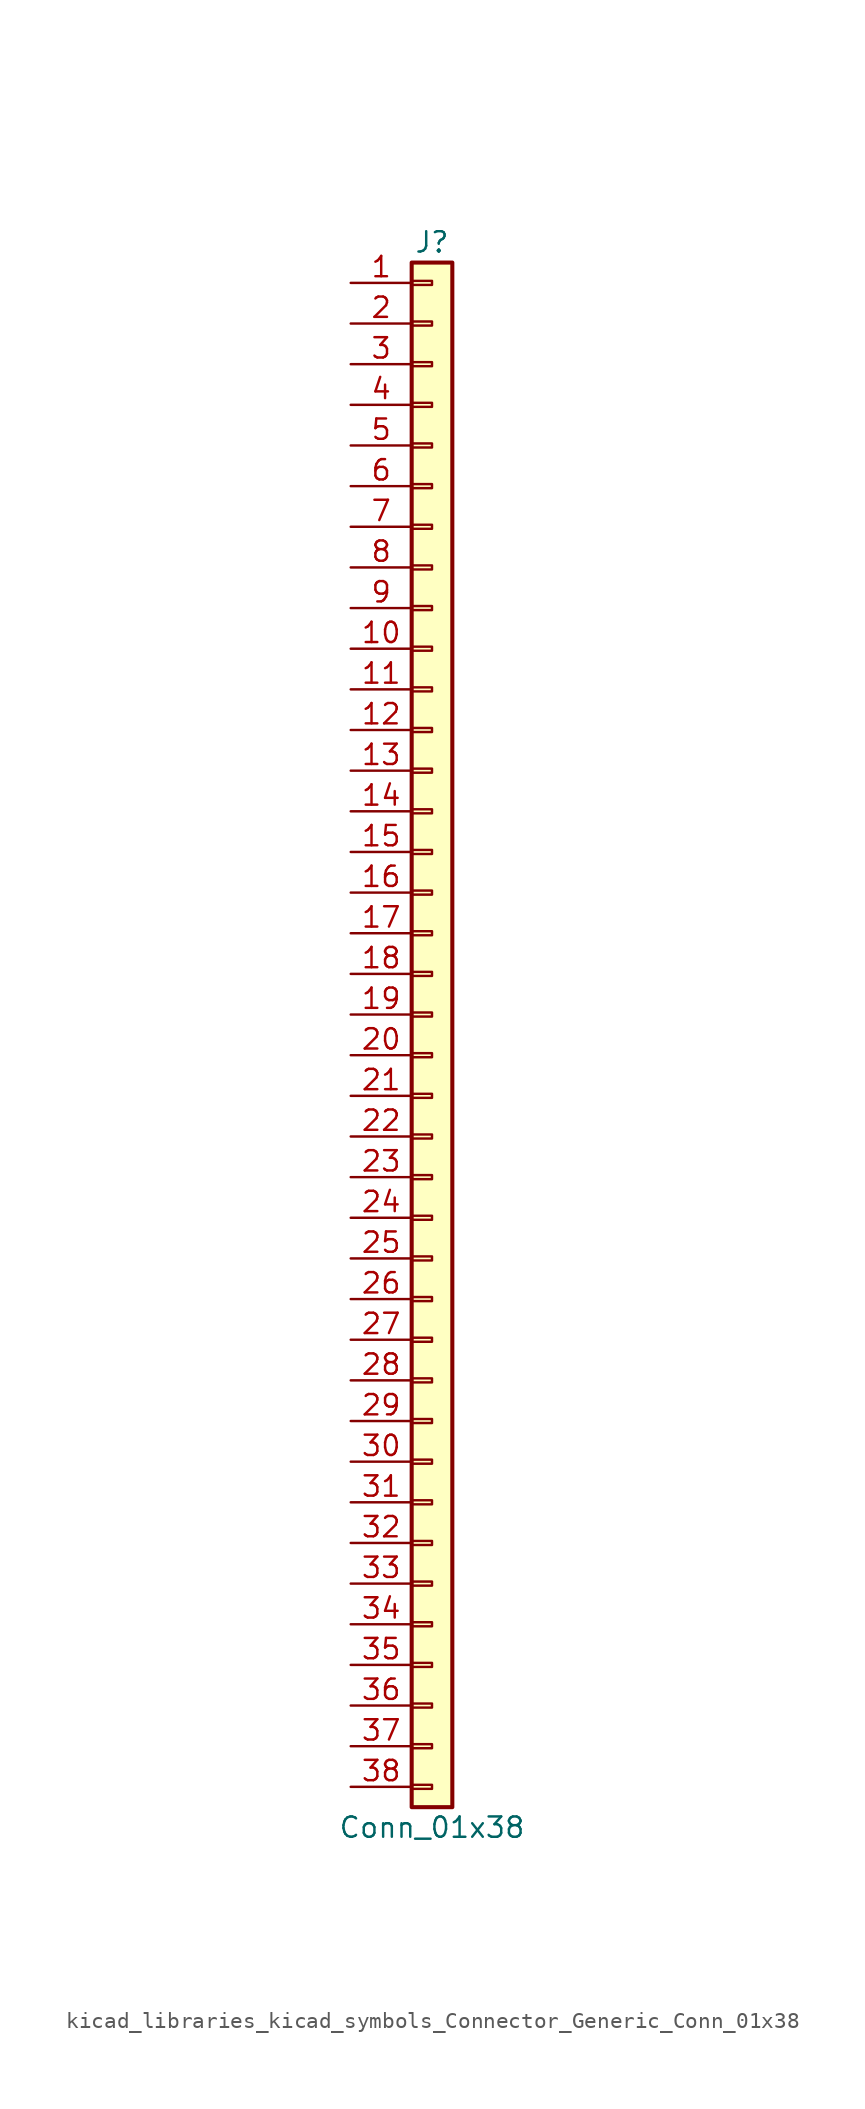
<source format=kicad_sym>
(kicad_symbol_lib
  (version 20220914)
  (generator kicad_symbol_editor)
  (symbol "kicad_libraries_kicad_symbols_Connector_Generic_Conn_01x38"
    (pin_names
      (offset 1.016) hide)
    (property "Reference" "J"
      (at 0 48.26 0)
      (effects (font (size 1.27 1.27))))
    (property "Value" "Conn_01x38"
      (at 0 -50.8 0)
      (effects (font (size 1.27 1.27))))
    (symbol "kicad_libraries_kicad_symbols_Connector_Generic_Conn_01x38_1_1"
      (rectangle (start -1.27 -48.133) (end 0 -48.387) (stroke (width 0.152) (type default)) (fill (type none)))
      (rectangle (start -1.27 -45.593) (end 0 -45.847) (stroke (width 0.152) (type default)) (fill (type none)))
      (rectangle (start -1.27 -43.053) (end 0 -43.307) (stroke (width 0.152) (type default)) (fill (type none)))
      (rectangle (start -1.27 -40.513) (end 0 -40.767) (stroke (width 0.152) (type default)) (fill (type none)))
      (rectangle (start -1.27 -37.973) (end 0 -38.227) (stroke (width 0.152) (type default)) (fill (type none)))
      (rectangle (start -1.27 -35.433) (end 0 -35.687) (stroke (width 0.152) (type default)) (fill (type none)))
      (rectangle (start -1.27 -32.893) (end 0 -33.147) (stroke (width 0.152) (type default)) (fill (type none)))
      (rectangle (start -1.27 -30.353) (end 0 -30.607) (stroke (width 0.152) (type default)) (fill (type none)))
      (rectangle (start -1.27 -27.813) (end 0 -28.067) (stroke (width 0.152) (type default)) (fill (type none)))
      (rectangle (start -1.27 -25.273) (end 0 -25.527) (stroke (width 0.152) (type default)) (fill (type none)))
      (rectangle (start -1.27 -22.733) (end 0 -22.987) (stroke (width 0.152) (type default)) (fill (type none)))
      (rectangle (start -1.27 -20.193) (end 0 -20.447) (stroke (width 0.152) (type default)) (fill (type none)))
      (rectangle (start -1.27 -17.653) (end 0 -17.907) (stroke (width 0.152) (type default)) (fill (type none)))
      (rectangle (start -1.27 -15.113) (end 0 -15.367) (stroke (width 0.152) (type default)) (fill (type none)))
      (rectangle (start -1.27 -12.573) (end 0 -12.827) (stroke (width 0.152) (type default)) (fill (type none)))
      (rectangle (start -1.27 -10.033) (end 0 -10.287) (stroke (width 0.152) (type default)) (fill (type none)))
      (rectangle (start -1.27 -7.493) (end 0 -7.747) (stroke (width 0.152) (type default)) (fill (type none)))
      (rectangle (start -1.27 -4.953) (end 0 -5.207) (stroke (width 0.152) (type default)) (fill (type none)))
      (rectangle (start -1.27 -2.413) (end 0 -2.667) (stroke (width 0.152) (type default)) (fill (type none)))
      (rectangle (start -1.27 0.127) (end 0 -0.127) (stroke (width 0.152) (type default)) (fill (type none)))
      (rectangle (start -1.27 2.667) (end 0 2.413) (stroke (width 0.152) (type default)) (fill (type none)))
      (rectangle (start -1.27 5.207) (end 0 4.953) (stroke (width 0.152) (type default)) (fill (type none)))
      (rectangle (start -1.27 7.747) (end 0 7.493) (stroke (width 0.152) (type default)) (fill (type none)))
      (rectangle (start -1.27 10.287) (end 0 10.033) (stroke (width 0.152) (type default)) (fill (type none)))
      (rectangle (start -1.27 12.827) (end 0 12.573) (stroke (width 0.152) (type default)) (fill (type none)))
      (rectangle (start -1.27 15.367) (end 0 15.113) (stroke (width 0.152) (type default)) (fill (type none)))
      (rectangle (start -1.27 17.907) (end 0 17.653) (stroke (width 0.152) (type default)) (fill (type none)))
      (rectangle (start -1.27 20.447) (end 0 20.193) (stroke (width 0.152) (type default)) (fill (type none)))
      (rectangle (start -1.27 22.987) (end 0 22.733) (stroke (width 0.152) (type default)) (fill (type none)))
      (rectangle (start -1.27 25.527) (end 0 25.273) (stroke (width 0.152) (type default)) (fill (type none)))
      (rectangle (start -1.27 28.067) (end 0 27.813) (stroke (width 0.152) (type default)) (fill (type none)))
      (rectangle (start -1.27 30.607) (end 0 30.353) (stroke (width 0.152) (type default)) (fill (type none)))
      (rectangle (start -1.27 33.147) (end 0 32.893) (stroke (width 0.152) (type default)) (fill (type none)))
      (rectangle (start -1.27 35.687) (end 0 35.433) (stroke (width 0.152) (type default)) (fill (type none)))
      (rectangle (start -1.27 38.227) (end 0 37.973) (stroke (width 0.152) (type default)) (fill (type none)))
      (rectangle (start -1.27 40.767) (end 0 40.513) (stroke (width 0.152) (type default)) (fill (type none)))
      (rectangle (start -1.27 43.307) (end 0 43.053) (stroke (width 0.152) (type default)) (fill (type none)))
      (rectangle (start -1.27 45.847) (end 0 45.593) (stroke (width 0.152) (type default)) (fill (type none)))
      (rectangle (start -1.27 46.99) (end 1.27 -49.53) (stroke (width 0.254) (type default)) (fill (type background)))
      (pin passive line (at -5.08 45.72 0) (length 3.81) (name "Pin_1" (effects (font (size 1.27 1.27)))) (number "1" (effects (font (size 1.27 1.27)))))
      (pin passive line (at -5.08 22.86 0) (length 3.81) (name "Pin_10" (effects (font (size 1.27 1.27)))) (number "10" (effects (font (size 1.27 1.27)))))
      (pin passive line (at -5.08 20.32 0) (length 3.81) (name "Pin_11" (effects (font (size 1.27 1.27)))) (number "11" (effects (font (size 1.27 1.27)))))
      (pin passive line (at -5.08 17.78 0) (length 3.81) (name "Pin_12" (effects (font (size 1.27 1.27)))) (number "12" (effects (font (size 1.27 1.27)))))
      (pin passive line (at -5.08 15.24 0) (length 3.81) (name "Pin_13" (effects (font (size 1.27 1.27)))) (number "13" (effects (font (size 1.27 1.27)))))
      (pin passive line (at -5.08 12.7 0) (length 3.81) (name "Pin_14" (effects (font (size 1.27 1.27)))) (number "14" (effects (font (size 1.27 1.27)))))
      (pin passive line (at -5.08 10.16 0) (length 3.81) (name "Pin_15" (effects (font (size 1.27 1.27)))) (number "15" (effects (font (size 1.27 1.27)))))
      (pin passive line (at -5.08 7.62 0) (length 3.81) (name "Pin_16" (effects (font (size 1.27 1.27)))) (number "16" (effects (font (size 1.27 1.27)))))
      (pin passive line (at -5.08 5.08 0) (length 3.81) (name "Pin_17" (effects (font (size 1.27 1.27)))) (number "17" (effects (font (size 1.27 1.27)))))
      (pin passive line (at -5.08 2.54 0) (length 3.81) (name "Pin_18" (effects (font (size 1.27 1.27)))) (number "18" (effects (font (size 1.27 1.27)))))
      (pin passive line (at -5.08 0 0) (length 3.81) (name "Pin_19" (effects (font (size 1.27 1.27)))) (number "19" (effects (font (size 1.27 1.27)))))
      (pin passive line (at -5.08 43.18 0) (length 3.81) (name "Pin_2" (effects (font (size 1.27 1.27)))) (number "2" (effects (font (size 1.27 1.27)))))
      (pin passive line (at -5.08 -2.54 0) (length 3.81) (name "Pin_20" (effects (font (size 1.27 1.27)))) (number "20" (effects (font (size 1.27 1.27)))))
      (pin passive line (at -5.08 -5.08 0) (length 3.81) (name "Pin_21" (effects (font (size 1.27 1.27)))) (number "21" (effects (font (size 1.27 1.27)))))
      (pin passive line (at -5.08 -7.62 0) (length 3.81) (name "Pin_22" (effects (font (size 1.27 1.27)))) (number "22" (effects (font (size 1.27 1.27)))))
      (pin passive line (at -5.08 -10.16 0) (length 3.81) (name "Pin_23" (effects (font (size 1.27 1.27)))) (number "23" (effects (font (size 1.27 1.27)))))
      (pin passive line (at -5.08 -12.7 0) (length 3.81) (name "Pin_24" (effects (font (size 1.27 1.27)))) (number "24" (effects (font (size 1.27 1.27)))))
      (pin passive line (at -5.08 -15.24 0) (length 3.81) (name "Pin_25" (effects (font (size 1.27 1.27)))) (number "25" (effects (font (size 1.27 1.27)))))
      (pin passive line (at -5.08 -17.78 0) (length 3.81) (name "Pin_26" (effects (font (size 1.27 1.27)))) (number "26" (effects (font (size 1.27 1.27)))))
      (pin passive line (at -5.08 -20.32 0) (length 3.81) (name "Pin_27" (effects (font (size 1.27 1.27)))) (number "27" (effects (font (size 1.27 1.27)))))
      (pin passive line (at -5.08 -22.86 0) (length 3.81) (name "Pin_28" (effects (font (size 1.27 1.27)))) (number "28" (effects (font (size 1.27 1.27)))))
      (pin passive line (at -5.08 -25.4 0) (length 3.81) (name "Pin_29" (effects (font (size 1.27 1.27)))) (number "29" (effects (font (size 1.27 1.27)))))
      (pin passive line (at -5.08 40.64 0) (length 3.81) (name "Pin_3" (effects (font (size 1.27 1.27)))) (number "3" (effects (font (size 1.27 1.27)))))
      (pin passive line (at -5.08 -27.94 0) (length 3.81) (name "Pin_30" (effects (font (size 1.27 1.27)))) (number "30" (effects (font (size 1.27 1.27)))))
      (pin passive line (at -5.08 -30.48 0) (length 3.81) (name "Pin_31" (effects (font (size 1.27 1.27)))) (number "31" (effects (font (size 1.27 1.27)))))
      (pin passive line (at -5.08 -33.02 0) (length 3.81) (name "Pin_32" (effects (font (size 1.27 1.27)))) (number "32" (effects (font (size 1.27 1.27)))))
      (pin passive line (at -5.08 -35.56 0) (length 3.81) (name "Pin_33" (effects (font (size 1.27 1.27)))) (number "33" (effects (font (size 1.27 1.27)))))
      (pin passive line (at -5.08 -38.1 0) (length 3.81) (name "Pin_34" (effects (font (size 1.27 1.27)))) (number "34" (effects (font (size 1.27 1.27)))))
      (pin passive line (at -5.08 -40.64 0) (length 3.81) (name "Pin_35" (effects (font (size 1.27 1.27)))) (number "35" (effects (font (size 1.27 1.27)))))
      (pin passive line (at -5.08 -43.18 0) (length 3.81) (name "Pin_36" (effects (font (size 1.27 1.27)))) (number "36" (effects (font (size 1.27 1.27)))))
      (pin passive line (at -5.08 -45.72 0) (length 3.81) (name "Pin_37" (effects (font (size 1.27 1.27)))) (number "37" (effects (font (size 1.27 1.27)))))
      (pin passive line (at -5.08 -48.26 0) (length 3.81) (name "Pin_38" (effects (font (size 1.27 1.27)))) (number "38" (effects (font (size 1.27 1.27)))))
      (pin passive line (at -5.08 38.1 0) (length 3.81) (name "Pin_4" (effects (font (size 1.27 1.27)))) (number "4" (effects (font (size 1.27 1.27)))))
      (pin passive line (at -5.08 35.56 0) (length 3.81) (name "Pin_5" (effects (font (size 1.27 1.27)))) (number "5" (effects (font (size 1.27 1.27)))))
      (pin passive line (at -5.08 33.02 0) (length 3.81) (name "Pin_6" (effects (font (size 1.27 1.27)))) (number "6" (effects (font (size 1.27 1.27)))))
      (pin passive line (at -5.08 30.48 0) (length 3.81) (name "Pin_7" (effects (font (size 1.27 1.27)))) (number "7" (effects (font (size 1.27 1.27)))))
      (pin passive line (at -5.08 27.94 0) (length 3.81) (name "Pin_8" (effects (font (size 1.27 1.27)))) (number "8" (effects (font (size 1.27 1.27)))))
      (pin passive line (at -5.08 25.4 0) (length 3.81) (name "Pin_9" (effects (font (size 1.27 1.27)))) (number "9" (effects (font (size 1.27 1.27))))))))
</source>
